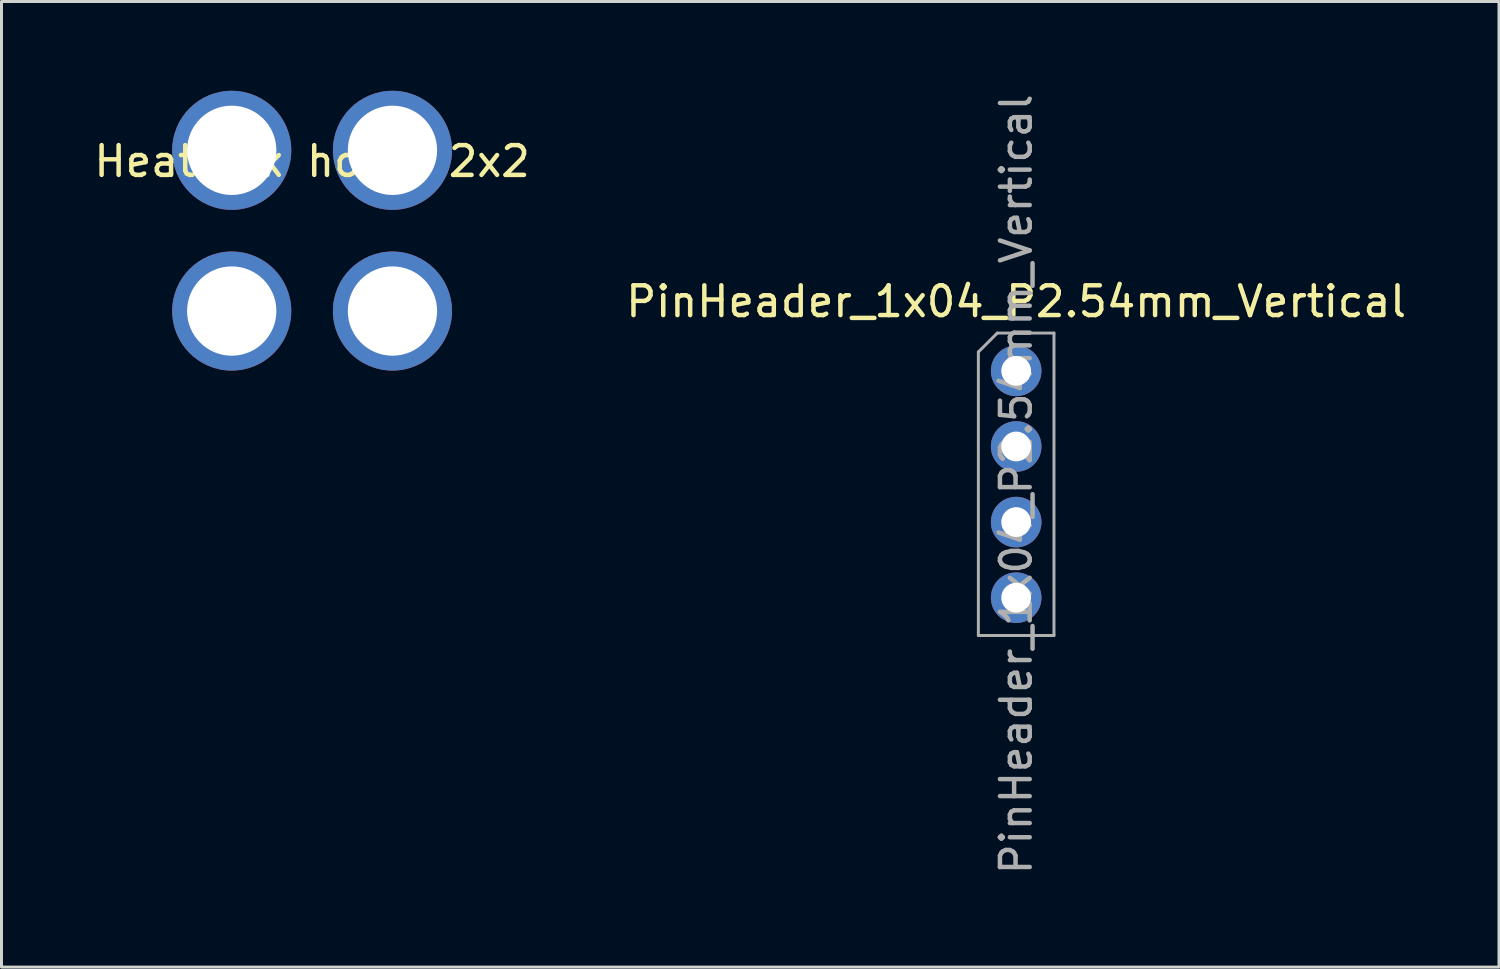
<source format=kicad_pcb>
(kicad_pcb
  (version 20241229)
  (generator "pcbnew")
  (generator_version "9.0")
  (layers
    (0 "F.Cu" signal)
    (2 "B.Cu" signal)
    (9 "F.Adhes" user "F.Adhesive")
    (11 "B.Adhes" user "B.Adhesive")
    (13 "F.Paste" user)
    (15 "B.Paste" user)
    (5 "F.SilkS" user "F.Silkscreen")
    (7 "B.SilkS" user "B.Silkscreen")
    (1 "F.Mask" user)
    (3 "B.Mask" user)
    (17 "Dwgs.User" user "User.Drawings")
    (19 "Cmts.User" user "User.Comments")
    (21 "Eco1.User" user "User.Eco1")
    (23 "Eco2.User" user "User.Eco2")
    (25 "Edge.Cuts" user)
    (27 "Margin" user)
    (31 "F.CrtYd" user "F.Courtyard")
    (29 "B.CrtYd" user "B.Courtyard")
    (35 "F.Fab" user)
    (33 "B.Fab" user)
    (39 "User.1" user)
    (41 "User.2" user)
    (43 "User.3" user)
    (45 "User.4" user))
  (footprint "PinHeader_1x04_P2.54mm_Vertical"
    (layer "F.Cu")
    (at 31.089 9.41)
    (property "Reference" "PinHeader_1x04_P2.54mm_Vertical" (at 0 -2.33 0) (layer "F.SilkS") (effects (font (size 1 1) (thickness 0.15))))
    (attr through_hole)
    (fp_line (start -1.27 -0.635) (end -0.635 -1.27) (stroke (width 0.1) (type solid)) (layer "F.Fab"))
    (fp_line (start -1.27 8.89) (end -1.27 -0.635) (stroke (width 0.1) (type solid)) (layer "F.Fab"))
    (fp_line (start -0.635 -1.27) (end 1.27 -1.27) (stroke (width 0.1) (type solid)) (layer "F.Fab"))
    (fp_line (start 1.27 -1.27) (end 1.27 8.89) (stroke (width 0.1) (type solid)) (layer "F.Fab"))
    (fp_line (start 1.27 8.89) (end -1.27 8.89) (stroke (width 0.1) (type solid)) (layer "F.Fab"))
    (fp_text user "${REFERENCE}" (at 0 3.81 90) (layer "F.Fab") (effects (font (size 1 1) (thickness 0.15))))
    (pad "1" thru_hole circle (at 0 0) (size 1.7 1.7) (drill 1) (layers "*.Cu" "*.Mask"))
    (pad "2" thru_hole oval (at 0 2.54) (size 1.7 1.7) (drill 1) (layers "*.Cu" "*.Mask"))
    (pad "3" thru_hole oval (at 0 5.08) (size 1.7 1.7) (drill 1) (layers "*.Cu" "*.Mask"))
    (pad "4" thru_hole oval (at 0 7.62) (size 1.7 1.7) (drill 1) (layers "*.Cu" "*.Mask")))
  (footprint "Heatsink holes 2x2"
    (layer "F.Cu")
    (at 7.435 4.7)
    (property "Reference" "Heatsink holes 2x2" (at 0 -2.33 0) (layer "F.SilkS") (effects (font (size 1 1) (thickness 0.15))))
    (attr through_hole)
    (pad "1" thru_hole circle (at -2.7 -2.7) (size 4 4) (drill 3) (layers "*.Cu" "*.Mask"))
    (pad "2" thru_hole circle (at 2.7 -2.7) (size 4 4) (drill 3) (layers "*.Cu" "*.Mask"))
    (pad "3" thru_hole circle (at -2.7 2.7) (size 4 4) (drill 3) (layers "*.Cu" "*.Mask"))
    (pad "4" thru_hole circle (at 2.7 2.7) (size 4 4) (drill 3) (layers "*.Cu" "*.Mask")))
  (gr_rect
    (start -3 -3)
    (end 47.31 29.44)
    (stroke (width 0.1) (type default))
    (fill no)
    (layer "Edge.Cuts")))
</source>
